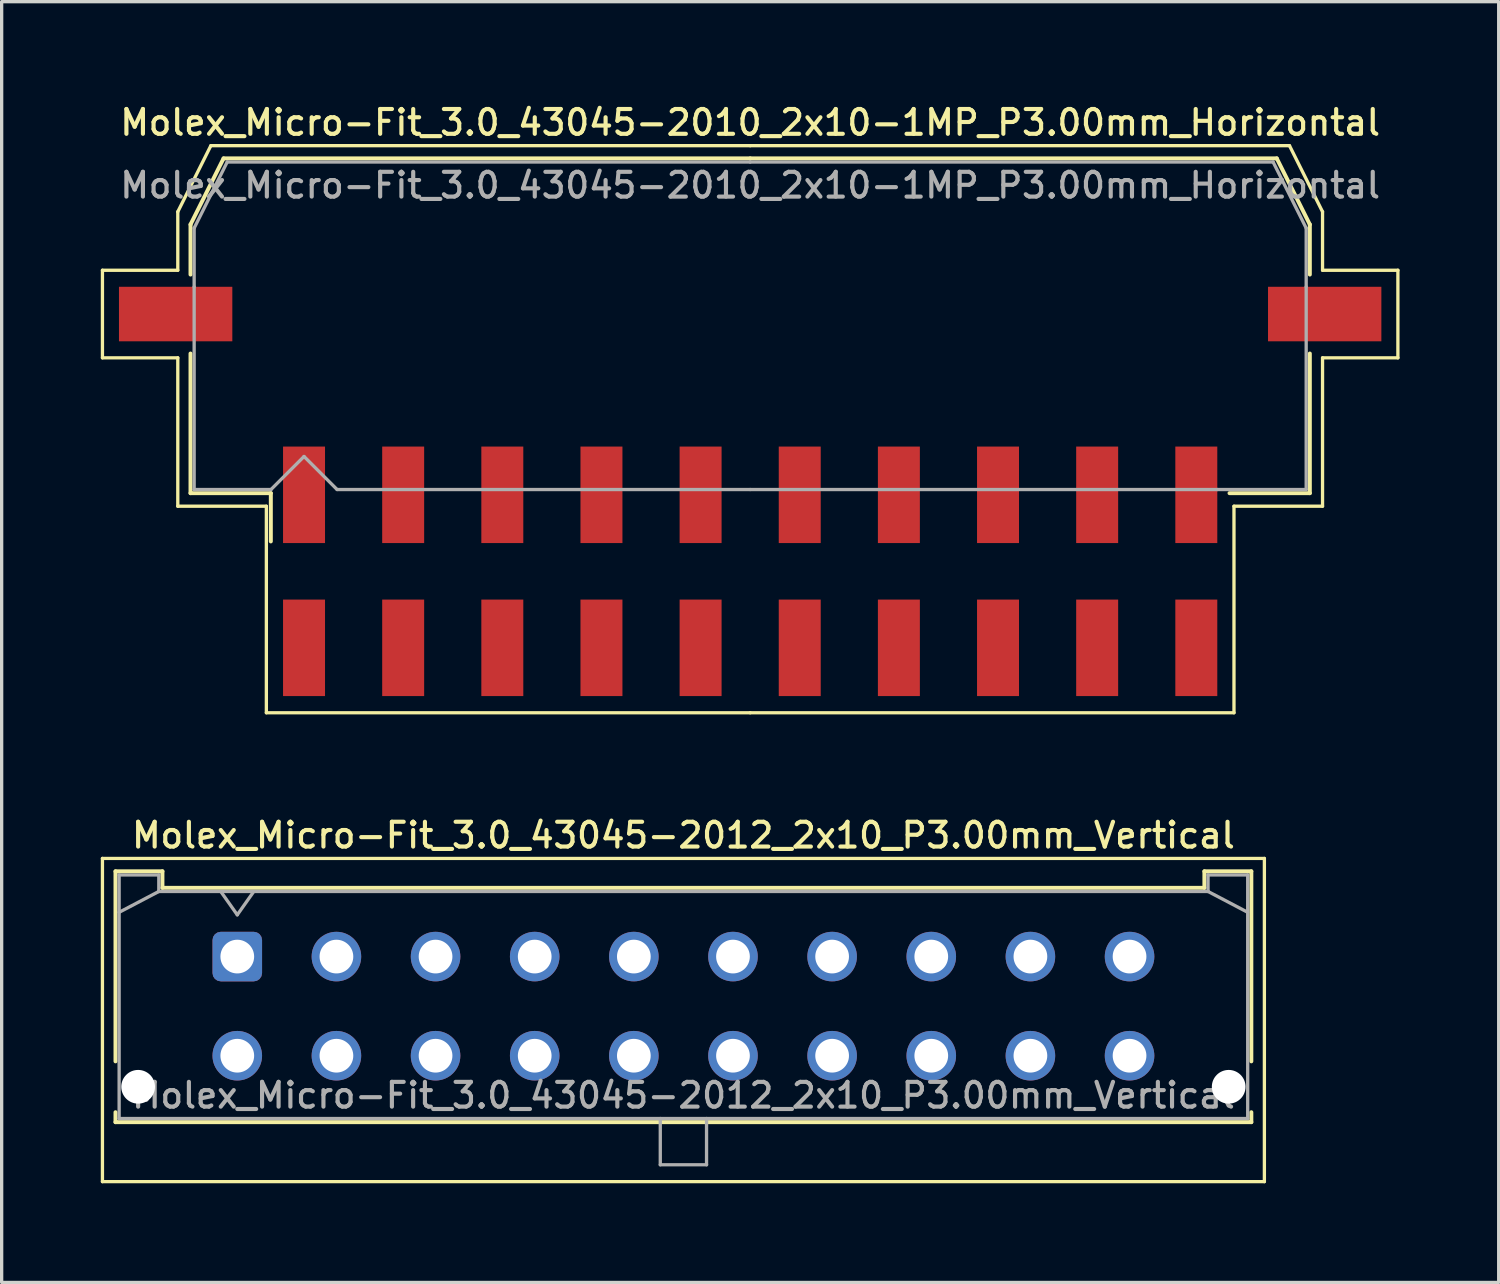
<source format=kicad_pcb>
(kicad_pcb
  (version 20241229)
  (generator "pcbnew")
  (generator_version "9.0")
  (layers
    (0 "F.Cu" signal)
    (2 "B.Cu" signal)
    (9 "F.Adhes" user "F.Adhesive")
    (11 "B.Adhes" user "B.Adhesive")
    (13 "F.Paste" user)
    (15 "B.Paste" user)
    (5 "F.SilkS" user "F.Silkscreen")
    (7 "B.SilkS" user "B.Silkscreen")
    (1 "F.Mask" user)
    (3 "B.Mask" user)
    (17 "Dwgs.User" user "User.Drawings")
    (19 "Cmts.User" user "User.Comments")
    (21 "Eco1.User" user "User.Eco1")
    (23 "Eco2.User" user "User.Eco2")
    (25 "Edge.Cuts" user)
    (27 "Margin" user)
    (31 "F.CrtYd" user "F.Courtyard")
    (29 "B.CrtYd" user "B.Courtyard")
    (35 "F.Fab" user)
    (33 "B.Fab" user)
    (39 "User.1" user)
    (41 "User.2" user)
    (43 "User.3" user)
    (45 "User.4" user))
  (footprint "Molex_Micro-Fit_3.0_43045-2010_2x10-1MP_P3.00mm_Horizontal"
    (layer "F.Cu")
    (at 19.65 14.238)
    (property "Reference" "Molex_Micro-Fit_3.0_43045-2010_2x10-1MP_P3.00mm_Horizontal" (at 0 -13.58 0) (layer "F.SilkS") (effects (font (size 0.75 0.75) (thickness 0.125))))
    (attr smd)
    (fp_line (start -19.6 -9.11) (end -19.6 -6.46) (stroke (width 0.1) (type solid)) (layer "F.SilkS"))
    (fp_line (start -19.6 -6.46) (end -17.32 -6.46) (stroke (width 0.1) (type solid)) (layer "F.SilkS"))
    (fp_line (start -17.32 -10.88) (end -17.32 -9.11) (stroke (width 0.1) (type solid)) (layer "F.SilkS"))
    (fp_line (start -17.32 -9.11) (end -19.6 -9.11) (stroke (width 0.1) (type solid)) (layer "F.SilkS"))
    (fp_line (start -17.32 -6.46) (end -17.32 -1.97) (stroke (width 0.1) (type solid)) (layer "F.SilkS"))
    (fp_line (start -17.32 -1.97) (end -14.64 -1.97) (stroke (width 0.1) (type solid)) (layer "F.SilkS"))
    (fp_line (start -16.935 -10.495) (end -16.935 -8.98) (stroke (width 0.12) (type solid)) (layer "F.SilkS"))
    (fp_line (start -16.935 -6.59) (end -16.935 -2.365) (stroke (width 0.12) (type solid)) (layer "F.SilkS"))
    (fp_line (start -16.935 -2.365) (end -14.505 -2.365) (stroke (width 0.12) (type solid)) (layer "F.SilkS"))
    (fp_line (start -16.32 -12.88) (end -17.32 -10.88) (stroke (width 0.1) (type solid)) (layer "F.SilkS"))
    (fp_line (start -15.935 -12.495) (end -16.935 -10.495) (stroke (width 0.12) (type solid)) (layer "F.SilkS"))
    (fp_line (start -14.64 -1.97) (end -14.64 4.28) (stroke (width 0.1) (type solid)) (layer "F.SilkS"))
    (fp_line (start -14.64 4.28) (end 0 4.28) (stroke (width 0.1) (type solid)) (layer "F.SilkS"))
    (fp_line (start -14.505 -2.365) (end -14.505 -0.905) (stroke (width 0.12) (type solid)) (layer "F.SilkS"))
    (fp_line (start 0 -12.88) (end -16.32 -12.88) (stroke (width 0.1) (type solid)) (layer "F.SilkS"))
    (fp_line (start 0 -12.88) (end 16.32 -12.88) (stroke (width 0.1) (type solid)) (layer "F.SilkS"))
    (fp_line (start 0 -12.495) (end -15.935 -12.495) (stroke (width 0.12) (type solid)) (layer "F.SilkS"))
    (fp_line (start 0 -12.495) (end 15.935 -12.495) (stroke (width 0.12) (type solid)) (layer "F.SilkS"))
    (fp_line (start 14.64 -1.97) (end 14.64 4.28) (stroke (width 0.1) (type solid)) (layer "F.SilkS"))
    (fp_line (start 14.64 4.28) (end 0 4.28) (stroke (width 0.1) (type solid)) (layer "F.SilkS"))
    (fp_line (start 15.935 -12.495) (end 16.935 -10.495) (stroke (width 0.12) (type solid)) (layer "F.SilkS"))
    (fp_line (start 16.32 -12.88) (end 17.32 -10.88) (stroke (width 0.1) (type solid)) (layer "F.SilkS"))
    (fp_line (start 16.935 -10.495) (end 16.935 -8.98) (stroke (width 0.12) (type solid)) (layer "F.SilkS"))
    (fp_line (start 16.935 -6.59) (end 16.935 -2.365) (stroke (width 0.12) (type solid)) (layer "F.SilkS"))
    (fp_line (start 16.935 -2.365) (end 14.505 -2.365) (stroke (width 0.12) (type solid)) (layer "F.SilkS"))
    (fp_line (start 17.32 -10.88) (end 17.32 -9.11) (stroke (width 0.1) (type solid)) (layer "F.SilkS"))
    (fp_line (start 17.32 -9.11) (end 19.6 -9.11) (stroke (width 0.1) (type solid)) (layer "F.SilkS"))
    (fp_line (start 17.32 -6.46) (end 17.32 -1.97) (stroke (width 0.1) (type solid)) (layer "F.SilkS"))
    (fp_line (start 17.32 -1.97) (end 14.64 -1.97) (stroke (width 0.1) (type solid)) (layer "F.SilkS"))
    (fp_line (start 19.6 -9.11) (end 19.6 -6.46) (stroke (width 0.1) (type solid)) (layer "F.SilkS"))
    (fp_line (start 19.6 -6.46) (end 17.32 -6.46) (stroke (width 0.1) (type solid)) (layer "F.SilkS"))
    (fp_line (start -16.825 -10.385) (end -16.825 -8.61) (stroke (width 0.1) (type solid)) (layer "F.Fab"))
    (fp_line (start -16.825 -8.61) (end -16.825 -2.475) (stroke (width 0.1) (type solid)) (layer "F.Fab"))
    (fp_line (start -16.825 -2.475) (end -14.5 -2.475) (stroke (width 0.1) (type solid)) (layer "F.Fab"))
    (fp_line (start -15.825 -12.385) (end -16.825 -10.385) (stroke (width 0.1) (type solid)) (layer "F.Fab"))
    (fp_line (start -14.5 -2.475) (end -13.5 -3.475) (stroke (width 0.1) (type solid)) (layer "F.Fab"))
    (fp_line (start -13.5 -3.475) (end -12.5 -2.475) (stroke (width 0.1) (type solid)) (layer "F.Fab"))
    (fp_line (start -12.5 -2.475) (end 0 -2.475) (stroke (width 0.1) (type solid)) (layer "F.Fab"))
    (fp_line (start 0 -12.385) (end -15.825 -12.385) (stroke (width 0.1) (type solid)) (layer "F.Fab"))
    (fp_line (start 0 -12.385) (end 15.825 -12.385) (stroke (width 0.1) (type solid)) (layer "F.Fab"))
    (fp_line (start 14.135 -2.475) (end 0 -2.475) (stroke (width 0.1) (type solid)) (layer "F.Fab"))
    (fp_line (start 15.825 -12.385) (end 16.825 -10.385) (stroke (width 0.1) (type solid)) (layer "F.Fab"))
    (fp_line (start 16.825 -10.385) (end 16.825 -8.61) (stroke (width 0.1) (type solid)) (layer "F.Fab"))
    (fp_line (start 16.825 -8.61) (end 16.825 -2.475) (stroke (width 0.1) (type solid)) (layer "F.Fab"))
    (fp_line (start 16.825 -2.475) (end 14.135 -2.475) (stroke (width 0.1) (type solid)) (layer "F.Fab"))
    (fp_text user "${REFERENCE}" (at 0 -11.68 0) (layer "F.Fab") (effects (font (size 0.75 0.75) (thickness 0.125))))
    (pad "1" smd rect (at -13.5 -2.315) (size 1.27 2.92) (layers "F.Cu" "F.Mask" "F.Paste"))
    (pad "2" smd rect (at -10.5 -2.315) (size 1.27 2.92) (layers "F.Cu" "F.Mask" "F.Paste"))
    (pad "3" smd rect (at -7.5 -2.315) (size 1.27 2.92) (layers "F.Cu" "F.Mask" "F.Paste"))
    (pad "4" smd rect (at -4.5 -2.315) (size 1.27 2.92) (layers "F.Cu" "F.Mask" "F.Paste"))
    (pad "5" smd rect (at -1.5 -2.315) (size 1.27 2.92) (layers "F.Cu" "F.Mask" "F.Paste"))
    (pad "6" smd rect (at 1.5 -2.315) (size 1.27 2.92) (layers "F.Cu" "F.Mask" "F.Paste"))
    (pad "7" smd rect (at 4.5 -2.315) (size 1.27 2.92) (layers "F.Cu" "F.Mask" "F.Paste"))
    (pad "8" smd rect (at 7.5 -2.315) (size 1.27 2.92) (layers "F.Cu" "F.Mask" "F.Paste"))
    (pad "9" smd rect (at 10.5 -2.315) (size 1.27 2.92) (layers "F.Cu" "F.Mask" "F.Paste"))
    (pad "10" smd rect (at 13.5 -2.315) (size 1.27 2.92) (layers "F.Cu" "F.Mask" "F.Paste"))
    (pad "11" smd rect (at -13.5 2.315) (size 1.27 2.92) (layers "F.Cu" "F.Mask" "F.Paste"))
    (pad "12" smd rect (at -10.5 2.315) (size 1.27 2.92) (layers "F.Cu" "F.Mask" "F.Paste"))
    (pad "13" smd rect (at -7.5 2.315) (size 1.27 2.92) (layers "F.Cu" "F.Mask" "F.Paste"))
    (pad "14" smd rect (at -4.5 2.315) (size 1.27 2.92) (layers "F.Cu" "F.Mask" "F.Paste"))
    (pad "15" smd rect (at -1.5 2.315) (size 1.27 2.92) (layers "F.Cu" "F.Mask" "F.Paste"))
    (pad "16" smd rect (at 1.5 2.315) (size 1.27 2.92) (layers "F.Cu" "F.Mask" "F.Paste"))
    (pad "17" smd rect (at 4.5 2.315) (size 1.27 2.92) (layers "F.Cu" "F.Mask" "F.Paste"))
    (pad "18" smd rect (at 7.5 2.315) (size 1.27 2.92) (layers "F.Cu" "F.Mask" "F.Paste"))
    (pad "19" smd rect (at 10.5 2.315) (size 1.27 2.92) (layers "F.Cu" "F.Mask" "F.Paste"))
    (pad "20" smd rect (at 13.5 2.315) (size 1.27 2.92) (layers "F.Cu" "F.Mask" "F.Paste"))
    (pad "MP" smd rect (at -17.385 -7.785) (size 3.43 1.65) (layers "F.Cu" "F.Mask" "F.Paste"))
    (pad "MP" smd rect (at 17.385 -7.785) (size 3.43 1.65) (layers "F.Cu" "F.Mask" "F.Paste")))
  (footprint "Molex_Micro-Fit_3.0_43045-2012_2x10_P3.00mm_Vertical"
    (layer "F.Cu")
    (at 4.13 25.896)
    (property "Reference" "Molex_Micro-Fit_3.0_43045-2012_2x10_P3.00mm_Vertical" (at 13.5 -3.67 0) (layer "F.SilkS") (effects (font (size 0.75 0.75) (thickness 0.125))))
    (attr through_hole)
    (fp_line (start -4.08 -2.97) (end 31.08 -2.97) (stroke (width 0.1) (type solid)) (layer "F.SilkS"))
    (fp_line (start -4.08 6.81) (end -4.08 -2.97) (stroke (width 0.1) (type solid)) (layer "F.SilkS"))
    (fp_line (start -3.685 -2.58) (end -2.265 -2.58) (stroke (width 0.12) (type solid)) (layer "F.SilkS"))
    (fp_line (start -3.685 3.17) (end -3.685 -2.58) (stroke (width 0.12) (type solid)) (layer "F.SilkS"))
    (fp_line (start -3.685 4.71) (end -3.685 5.01) (stroke (width 0.12) (type solid)) (layer "F.SilkS"))
    (fp_line (start -3.685 5.01) (end 30.685 5.01) (stroke (width 0.12) (type solid)) (layer "F.SilkS"))
    (fp_line (start -2.265 -2.58) (end -2.265 -2.08) (stroke (width 0.12) (type solid)) (layer "F.SilkS"))
    (fp_line (start -2.265 -2.08) (end 29.265 -2.08) (stroke (width 0.12) (type solid)) (layer "F.SilkS"))
    (fp_line (start 29.265 -2.58) (end 30.685 -2.58) (stroke (width 0.12) (type solid)) (layer "F.SilkS"))
    (fp_line (start 29.265 -2.08) (end 29.265 -2.58) (stroke (width 0.12) (type solid)) (layer "F.SilkS"))
    (fp_line (start 30.685 -2.58) (end 30.685 3.17) (stroke (width 0.12) (type solid)) (layer "F.SilkS"))
    (fp_line (start 30.685 5.01) (end 30.685 4.71) (stroke (width 0.12) (type solid)) (layer "F.SilkS"))
    (fp_line (start 31.08 -2.97) (end 31.08 6.81) (stroke (width 0.1) (type solid)) (layer "F.SilkS"))
    (fp_line (start 31.08 6.81) (end -4.08 6.81) (stroke (width 0.1) (type solid)) (layer "F.SilkS"))
    (fp_line (start -3.575 -2.47) (end -3.575 4.9) (stroke (width 0.1) (type solid)) (layer "F.Fab"))
    (fp_line (start -3.575 -1.34) (end -2.375 -1.97) (stroke (width 0.1) (type solid)) (layer "F.Fab"))
    (fp_line (start -3.575 4.9) (end 30.575 4.9) (stroke (width 0.1) (type solid)) (layer "F.Fab"))
    (fp_line (start -2.375 -2.47) (end -3.575 -2.47) (stroke (width 0.1) (type solid)) (layer "F.Fab"))
    (fp_line (start -2.375 -1.97) (end -2.375 -2.47) (stroke (width 0.1) (type solid)) (layer "F.Fab"))
    (fp_line (start -0.5 -1.97) (end 0 -1.263) (stroke (width 0.1) (type solid)) (layer "F.Fab"))
    (fp_line (start 0 -1.263) (end 0.5 -1.97) (stroke (width 0.1) (type solid)) (layer "F.Fab"))
    (fp_line (start 12.8 4.9) (end 12.8 6.3) (stroke (width 0.1) (type solid)) (layer "F.Fab"))
    (fp_line (start 12.8 6.3) (end 14.2 6.3) (stroke (width 0.1) (type solid)) (layer "F.Fab"))
    (fp_line (start 14.2 6.3) (end 14.2 4.9) (stroke (width 0.1) (type solid)) (layer "F.Fab"))
    (fp_line (start 29.375 -2.47) (end 29.375 -1.97) (stroke (width 0.1) (type solid)) (layer "F.Fab"))
    (fp_line (start 29.375 -1.97) (end -2.375 -1.97) (stroke (width 0.1) (type solid)) (layer "F.Fab"))
    (fp_line (start 30.575 -2.47) (end 29.375 -2.47) (stroke (width 0.1) (type solid)) (layer "F.Fab"))
    (fp_line (start 30.575 -1.34) (end 29.375 -1.97) (stroke (width 0.1) (type solid)) (layer "F.Fab"))
    (fp_line (start 30.575 4.9) (end 30.575 -2.47) (stroke (width 0.1) (type solid)) (layer "F.Fab"))
    (fp_text user "${REFERENCE}" (at 13.5 4.2 0) (layer "F.Fab") (effects (font (size 0.75 0.75) (thickness 0.125))))
    (pad "" np_thru_hole circle (at -3 3.94) (size 1.02 1.02) (drill 1.02) (layers "*.Cu" "*.Mask"))
    (pad "" np_thru_hole circle (at 30 3.94) (size 1.02 1.02) (drill 1.02) (layers "*.Cu" "*.Mask"))
    (pad "1" thru_hole roundrect (at 0 0) (size 1.5 1.5) (drill 1.02) (layers "*.Cu" "*.Mask") (roundrect_rratio 0.167))
    (pad "2" thru_hole circle (at 3 0) (size 1.5 1.5) (drill 1.02) (layers "*.Cu" "*.Mask"))
    (pad "3" thru_hole circle (at 6 0) (size 1.5 1.5) (drill 1.02) (layers "*.Cu" "*.Mask"))
    (pad "4" thru_hole circle (at 9 0) (size 1.5 1.5) (drill 1.02) (layers "*.Cu" "*.Mask"))
    (pad "5" thru_hole circle (at 12 0) (size 1.5 1.5) (drill 1.02) (layers "*.Cu" "*.Mask"))
    (pad "6" thru_hole circle (at 15 0) (size 1.5 1.5) (drill 1.02) (layers "*.Cu" "*.Mask"))
    (pad "7" thru_hole circle (at 18 0) (size 1.5 1.5) (drill 1.02) (layers "*.Cu" "*.Mask"))
    (pad "8" thru_hole circle (at 21 0) (size 1.5 1.5) (drill 1.02) (layers "*.Cu" "*.Mask"))
    (pad "9" thru_hole circle (at 24 0) (size 1.5 1.5) (drill 1.02) (layers "*.Cu" "*.Mask"))
    (pad "10" thru_hole circle (at 27 0) (size 1.5 1.5) (drill 1.02) (layers "*.Cu" "*.Mask"))
    (pad "11" thru_hole circle (at 0 3) (size 1.5 1.5) (drill 1.02) (layers "*.Cu" "*.Mask"))
    (pad "12" thru_hole circle (at 3 3) (size 1.5 1.5) (drill 1.02) (layers "*.Cu" "*.Mask"))
    (pad "13" thru_hole circle (at 6 3) (size 1.5 1.5) (drill 1.02) (layers "*.Cu" "*.Mask"))
    (pad "14" thru_hole circle (at 9 3) (size 1.5 1.5) (drill 1.02) (layers "*.Cu" "*.Mask"))
    (pad "15" thru_hole circle (at 12 3) (size 1.5 1.5) (drill 1.02) (layers "*.Cu" "*.Mask"))
    (pad "16" thru_hole circle (at 15 3) (size 1.5 1.5) (drill 1.02) (layers "*.Cu" "*.Mask"))
    (pad "17" thru_hole circle (at 18 3) (size 1.5 1.5) (drill 1.02) (layers "*.Cu" "*.Mask"))
    (pad "18" thru_hole circle (at 21 3) (size 1.5 1.5) (drill 1.02) (layers "*.Cu" "*.Mask"))
    (pad "19" thru_hole circle (at 24 3) (size 1.5 1.5) (drill 1.02) (layers "*.Cu" "*.Mask"))
    (pad "20" thru_hole circle (at 27 3) (size 1.5 1.5) (drill 1.02) (layers "*.Cu" "*.Mask")))
  (gr_rect
    (start -3 -3)
    (end 42.3 35.756)
    (stroke (width 0.1) (type default))
    (fill no)
    (layer "Edge.Cuts")))
</source>
